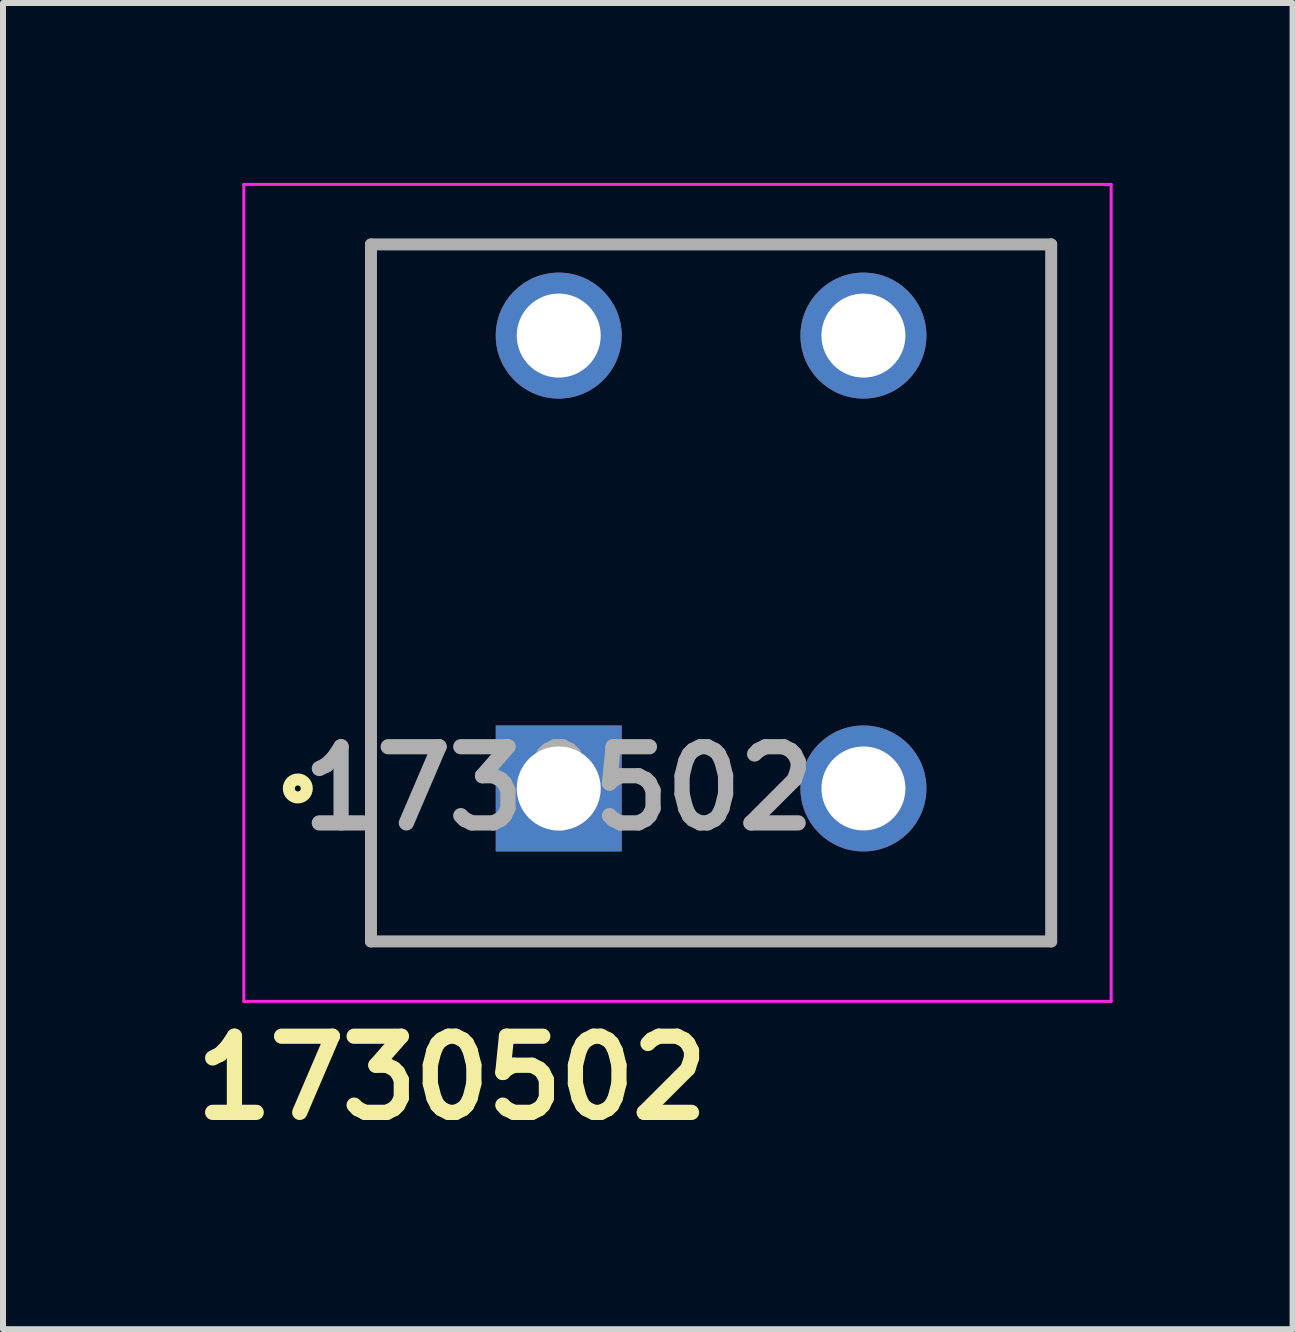
<source format=kicad_pcb>
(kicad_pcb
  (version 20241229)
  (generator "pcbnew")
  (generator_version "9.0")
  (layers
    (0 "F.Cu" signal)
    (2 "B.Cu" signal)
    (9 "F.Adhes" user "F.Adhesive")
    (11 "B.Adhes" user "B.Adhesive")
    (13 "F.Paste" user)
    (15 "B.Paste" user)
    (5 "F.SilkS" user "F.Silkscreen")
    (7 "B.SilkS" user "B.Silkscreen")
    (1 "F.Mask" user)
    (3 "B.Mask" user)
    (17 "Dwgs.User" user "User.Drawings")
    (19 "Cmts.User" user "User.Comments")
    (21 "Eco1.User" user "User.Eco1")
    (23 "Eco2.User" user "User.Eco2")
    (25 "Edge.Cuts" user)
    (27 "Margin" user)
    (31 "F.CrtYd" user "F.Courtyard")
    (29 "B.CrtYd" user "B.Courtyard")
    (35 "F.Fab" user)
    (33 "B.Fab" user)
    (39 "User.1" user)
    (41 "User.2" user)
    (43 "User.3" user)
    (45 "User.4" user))
  (footprint "1730502"
    (layer "F.Cu")
    (at 6.265 10.095)
    (property "Reference" "1730502" (at -1.778 4.826 0) (layer "F.SilkS") (effects (font (size 1.27 1.27) (thickness 0.254))))
    (attr through_hole)
    (fp_line (start -3.13 -9.07) (end 8.21 -9.07) (stroke (width 0.1) (type solid)) (layer "F.SilkS"))
    (fp_line (start -3.13 2.55) (end -3.13 -9.07) (stroke (width 0.1) (type solid)) (layer "F.SilkS"))
    (fp_line (start 8.21 -9.07) (end 8.21 2.55) (stroke (width 0.1) (type solid)) (layer "F.SilkS"))
    (fp_line (start 8.21 2.55) (end -3.13 2.55) (stroke (width 0.1) (type solid)) (layer "F.SilkS"))
    (fp_circle (center -4.35 0) (end -4.35 0.05) (stroke (width 0.2) (type solid)) (fill no) (layer "F.SilkS"))
    (fp_line (start -5.25 -10.07) (end 9.21 -10.07) (stroke (width 0.05) (type solid)) (layer "F.CrtYd"))
    (fp_line (start -5.25 3.55) (end -5.25 -10.07) (stroke (width 0.05) (type solid)) (layer "F.CrtYd"))
    (fp_line (start 9.21 -10.07) (end 9.21 3.55) (stroke (width 0.05) (type solid)) (layer "F.CrtYd"))
    (fp_line (start 9.21 3.55) (end -5.25 3.55) (stroke (width 0.05) (type solid)) (layer "F.CrtYd"))
    (fp_line (start -3.13 -9.07) (end 8.21 -9.07) (stroke (width 0.2) (type solid)) (layer "F.Fab"))
    (fp_line (start -3.13 2.55) (end -3.13 -9.07) (stroke (width 0.2) (type solid)) (layer "F.Fab"))
    (fp_line (start 8.21 -9.07) (end 8.21 2.55) (stroke (width 0.2) (type solid)) (layer "F.Fab"))
    (fp_line (start 8.21 2.55) (end -3.13 2.55) (stroke (width 0.2) (type solid)) (layer "F.Fab"))
    (fp_text user "${REFERENCE}" (at 0 0 0) (layer "F.Fab") (effects (font (size 1.27 1.27) (thickness 0.254))))
    (pad "1" thru_hole rect (at 0 0) (size 2.1 2.1) (drill 1.4) (layers "*.Cu" "*.Mask"))
    (pad "2" thru_hole circle (at 0 -7.55) (size 2.1 2.1) (drill 1.4) (layers "*.Cu" "*.Mask"))
    (pad "3" thru_hole circle (at 5.08 0) (size 2.1 2.1) (drill 1.4) (layers "*.Cu" "*.Mask"))
    (pad "4" thru_hole circle (at 5.08 -7.55) (size 2.1 2.1) (drill 1.4) (layers "*.Cu" "*.Mask")))
  (gr_rect
    (start -3 -3)
    (end 18.5 19.11)
    (stroke (width 0.1) (type default))
    (fill no)
    (layer "Edge.Cuts")))
</source>
